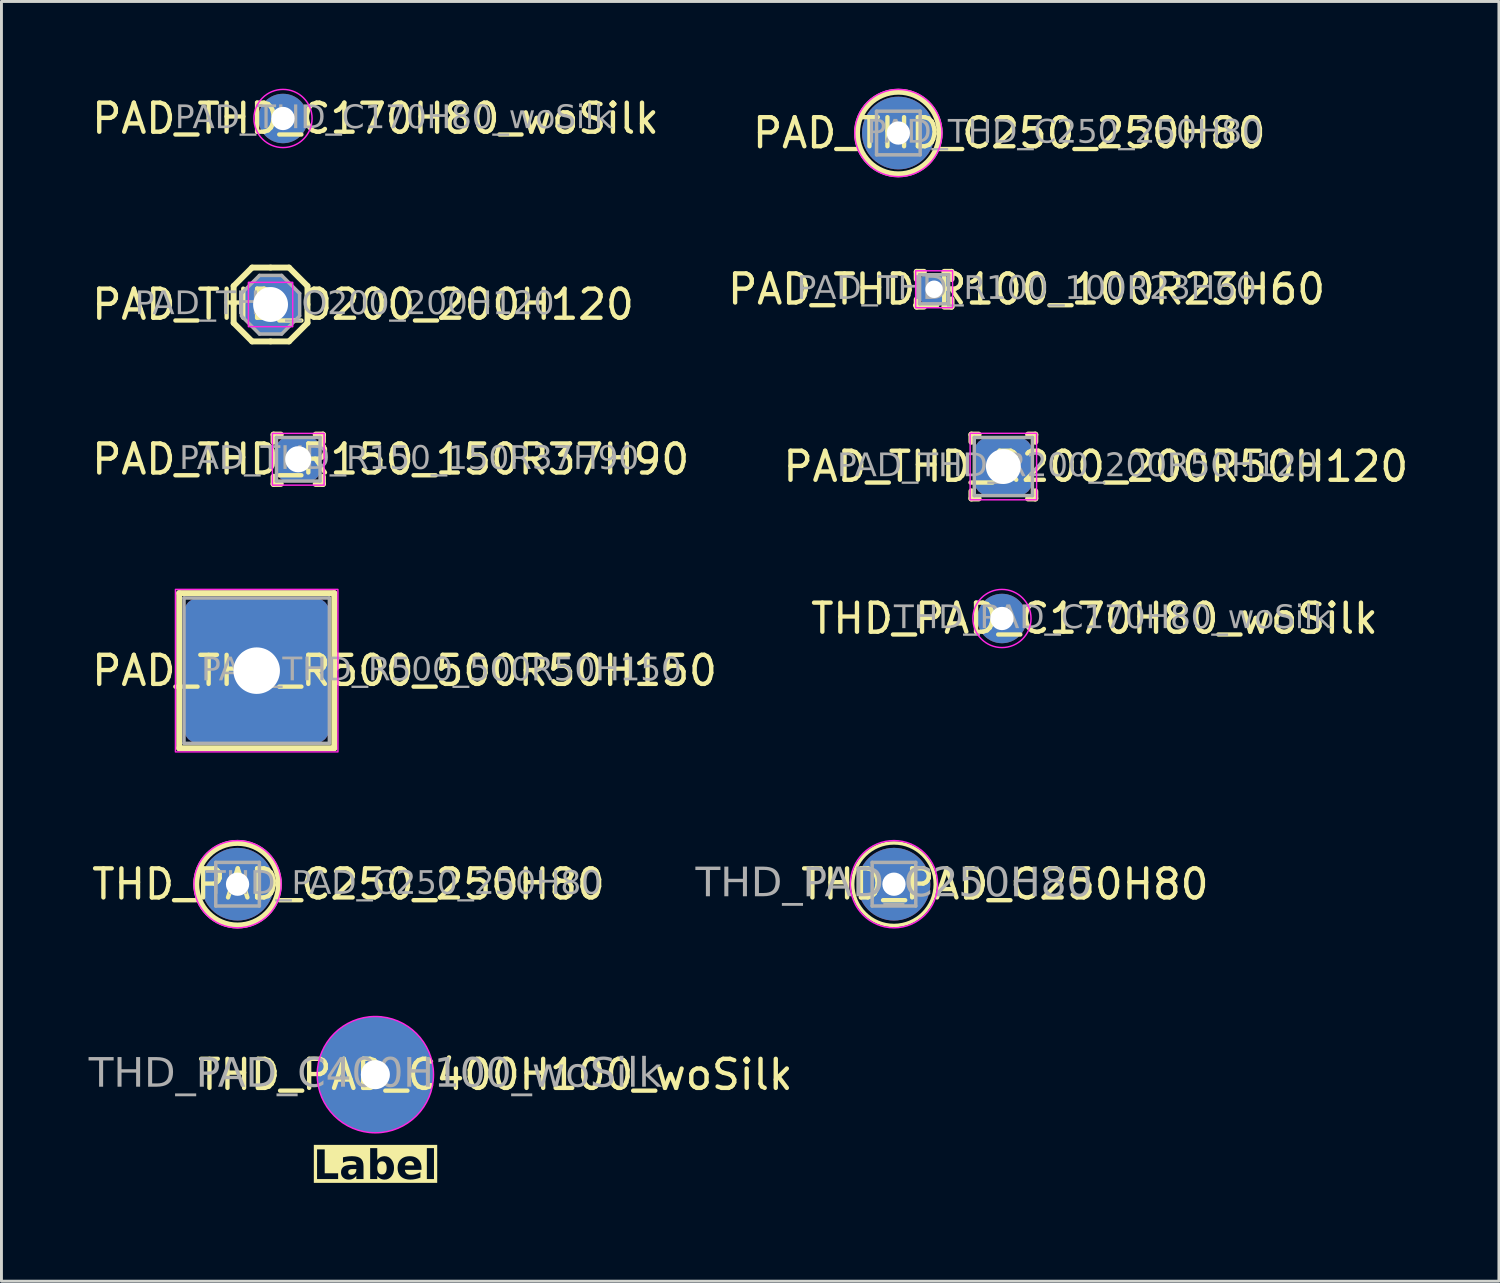
<source format=kicad_pcb>
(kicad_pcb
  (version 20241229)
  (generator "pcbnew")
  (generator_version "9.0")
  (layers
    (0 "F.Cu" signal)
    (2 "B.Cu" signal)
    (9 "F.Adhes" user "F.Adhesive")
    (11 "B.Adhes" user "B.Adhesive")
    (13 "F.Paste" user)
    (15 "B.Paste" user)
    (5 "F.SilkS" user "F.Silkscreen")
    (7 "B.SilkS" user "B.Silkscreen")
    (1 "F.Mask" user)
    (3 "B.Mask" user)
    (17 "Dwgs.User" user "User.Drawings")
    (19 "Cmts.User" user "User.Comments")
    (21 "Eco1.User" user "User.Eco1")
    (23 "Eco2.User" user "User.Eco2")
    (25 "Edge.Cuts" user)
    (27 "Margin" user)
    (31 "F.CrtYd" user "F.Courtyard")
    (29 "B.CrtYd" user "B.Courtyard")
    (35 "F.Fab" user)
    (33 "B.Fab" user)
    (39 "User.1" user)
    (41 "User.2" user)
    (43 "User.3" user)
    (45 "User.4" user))
  (footprint "THD_PAD_C170H80_woSilk"
    (layer "F.Cu")
    (at 31.409 18.221)
    (property "Reference" "THD_PAD_C170H80_woSilk" (at 3.18 0 0) (layer "F.SilkS") (effects (font (size 1 1) (thickness 0.15))))
    (attr through_hole exclude_from_pos_files exclude_from_bom)
    (fp_circle (center 0 0) (end 1 0) (stroke (width 0.05) (type default)) (fill no) (layer "F.CrtYd"))
    (fp_text user "${REFERENCE}" (at 3.815 0 0) (layer "F.Fab") (effects (font (face "Tahoma") (size 0.8 0.8) (thickness 0.125))))
    (pad "1" thru_hole circle (at 0 0) (size 1.7 1.7) (drill 0.8) (layers "*.Cu" "*.Mask")))
  (footprint "PAD_THD_R200_200R50H120"
    (layer "F.Cu")
    (at 31.457 12.995)
    (property "Reference" "PAD_THD_R200_200R50H120" (at 3.18 0 0) (layer "F.SilkS") (effects (font (size 1 1) (thickness 0.15))))
    (attr through_hole exclude_from_pos_files exclude_from_bom)
    (fp_line (start -1.1 -0.85) (end -1.1 -1.1) (stroke (width 0.203) (type solid)) (layer "F.SilkS"))
    (fp_line (start -1.1 0.85) (end -1.1 1.1) (stroke (width 0.203) (type solid)) (layer "F.SilkS"))
    (fp_line (start -0.85 -1.1) (end -1.1 -1.1) (stroke (width 0.203) (type solid)) (layer "F.SilkS"))
    (fp_line (start -0.85 1.1) (end -1.1 1.1) (stroke (width 0.203) (type solid)) (layer "F.SilkS"))
    (fp_line (start 0.85 -1.1) (end 1.1 -1.1) (stroke (width 0.203) (type solid)) (layer "F.SilkS"))
    (fp_line (start 0.85 1.1) (end 1.1 1.1) (stroke (width 0.203) (type solid)) (layer "F.SilkS"))
    (fp_line (start 1.1 -0.85) (end 1.1 -1.1) (stroke (width 0.203) (type solid)) (layer "F.SilkS"))
    (fp_line (start 1.1 0.85) (end 1.1 1.1) (stroke (width 0.203) (type solid)) (layer "F.SilkS"))
    (fp_rect (start -1.143 -1.143) (end 1.143 1.143) (stroke (width 0.05) (type default)) (fill no) (layer "F.CrtYd"))
    (fp_line (start -1 -1) (end -1 1) (stroke (width 0.12) (type solid)) (layer "F.Fab"))
    (fp_line (start -1 -1) (end 1 -1) (stroke (width 0.12) (type solid)) (layer "F.Fab"))
    (fp_line (start -1 1) (end 1 1) (stroke (width 0.12) (type solid)) (layer "F.Fab"))
    (fp_line (start 1 1) (end 1 -1) (stroke (width 0.12) (type solid)) (layer "F.Fab"))
    (fp_text user "${REFERENCE}" (at 2.545 0 0) (layer "F.Fab") (effects (font (face "Tahoma") (size 0.8 0.8) (thickness 0.15))))
    (pad "1" thru_hole roundrect (at 0 0) (size 2 2) (drill 1.2) (layers "*.Cu" "*.Mask") (roundrect_rratio 0.25)))
  (footprint "PAD_THD_R150_150R37H90"
    (layer "F.Cu")
    (at 7.207 12.745)
    (property "Reference" "PAD_THD_R150_150R37H90" (at 3.18 0 0) (layer "F.SilkS") (effects (font (size 1 1) (thickness 0.15))))
    (attr through_hole exclude_from_pos_files exclude_from_bom)
    (fp_line (start -0.85 -0.6) (end -0.85 -0.85) (stroke (width 0.203) (type solid)) (layer "F.SilkS"))
    (fp_line (start -0.85 0.6) (end -0.85 0.85) (stroke (width 0.203) (type solid)) (layer "F.SilkS"))
    (fp_line (start -0.6 -0.85) (end -0.85 -0.85) (stroke (width 0.203) (type solid)) (layer "F.SilkS"))
    (fp_line (start -0.6 0.85) (end -0.85 0.85) (stroke (width 0.203) (type solid)) (layer "F.SilkS"))
    (fp_line (start 0.6 -0.85) (end 0.85 -0.85) (stroke (width 0.203) (type solid)) (layer "F.SilkS"))
    (fp_line (start 0.6 0.85) (end 0.85 0.85) (stroke (width 0.203) (type solid)) (layer "F.SilkS"))
    (fp_line (start 0.85 -0.6) (end 0.85 -0.85) (stroke (width 0.203) (type solid)) (layer "F.SilkS"))
    (fp_line (start 0.85 0.6) (end 0.85 0.85) (stroke (width 0.203) (type solid)) (layer "F.SilkS"))
    (fp_rect (start -0.889 -0.889) (end 0.889 0.889) (stroke (width 0.05) (type default)) (fill no) (layer "F.CrtYd"))
    (fp_line (start -0.75 -0.75) (end -0.75 0.75) (stroke (width 0.12) (type solid)) (layer "F.Fab"))
    (fp_line (start -0.75 -0.75) (end 0.75 -0.75) (stroke (width 0.12) (type solid)) (layer "F.Fab"))
    (fp_line (start -0.75 0.75) (end 0.75 0.75) (stroke (width 0.12) (type solid)) (layer "F.Fab"))
    (fp_line (start 0.75 0.75) (end 0.75 -0.75) (stroke (width 0.12) (type solid)) (layer "F.Fab"))
    (fp_text user "${REFERENCE}" (at 3.815 0 0) (layer "F.Fab") (effects (font (face "Tahoma") (size 0.8 0.8) (thickness 0.15))))
    (pad "1" thru_hole roundrect (at 0 0) (size 1.5 1.5) (drill 0.9) (layers "*.Cu" "*.Mask") (roundrect_rratio 0.25)))
  (footprint "PAD_THD_C170H80_woSilk"
    (layer "F.Cu")
    (at 6.683 1.025)
    (property "Reference" "PAD_THD_C170H80_woSilk" (at 3.18 0 0) (layer "F.SilkS") (effects (font (size 1 1) (thickness 0.15))))
    (attr through_hole exclude_from_pos_files exclude_from_bom)
    (fp_circle (center 0 0) (end 1 0) (stroke (width 0.05) (type default)) (fill no) (layer "F.CrtYd"))
    (fp_text user "${REFERENCE}" (at 3.815 0 0) (layer "F.Fab") (effects (font (face "Tahoma") (size 0.8 0.8) (thickness 0.125))))
    (pad "1" thru_hole circle (at 0 0) (size 1.7 1.7) (drill 0.8) (layers "*.Cu" "*.Mask")))
  (footprint "PAD_THD_C250_250H80"
    (layer "F.Cu")
    (at 27.846 1.525)
    (property "Reference" "PAD_THD_C250_250H80" (at 3.815 0 0) (layer "F.SilkS") (effects (font (size 1 1) (thickness 0.15))))
    (attr through_hole exclude_from_pos_files exclude_from_bom)
    (fp_circle (center 0 0) (end 1.42 0) (stroke (width 0.203) (type solid)) (fill no) (layer "F.SilkS"))
    (fp_circle (center 0 0) (end 1.5 0) (stroke (width 0.05) (type default)) (fill no) (layer "F.CrtYd"))
    (fp_line (start -0.75 -0.75) (end -0.75 0.75) (stroke (width 0.12) (type solid)) (layer "F.Fab"))
    (fp_line (start -0.75 -0.75) (end 0.75 -0.75) (stroke (width 0.12) (type solid)) (layer "F.Fab"))
    (fp_line (start -0.75 0.75) (end 0.75 0.75) (stroke (width 0.12) (type solid)) (layer "F.Fab"))
    (fp_line (start 0.75 0.75) (end 0.75 -0.75) (stroke (width 0.12) (type solid)) (layer "F.Fab"))
    (fp_text user "${REFERENCE}" (at 5.72 0 0) (layer "F.Fab") (effects (font (face "Tahoma") (size 0.8 0.8) (thickness 0.15))))
    (pad "1" thru_hole circle (at 0 0) (size 2.5 2.5) (drill 0.8) (layers "*.Cu" "*.Mask")))
  (footprint "PAD_THD_O200_200H120"
    (layer "F.Cu")
    (at 6.255 7.422)
    (property "Reference" "PAD_THD_O200_200H120" (at 3.18 0 0) (layer "F.SilkS") (effects (font (size 1 1) (thickness 0.15))))
    (attr through_hole exclude_from_pos_files exclude_from_bom)
    (fp_line (start -1.27 0) (end -1.27 -0.635) (stroke (width 0.203) (type solid)) (layer "F.SilkS"))
    (fp_line (start -1.27 0) (end -1.27 0.635) (stroke (width 0.203) (type solid)) (layer "F.SilkS"))
    (fp_line (start -1.27 0.635) (end -0.635 1.27) (stroke (width 0.203) (type solid)) (layer "F.SilkS"))
    (fp_line (start -0.635 -1.27) (end -1.27 -0.635) (stroke (width 0.203) (type solid)) (layer "F.SilkS"))
    (fp_line (start 0 -1.27) (end -0.635 -1.27) (stroke (width 0.203) (type solid)) (layer "F.SilkS"))
    (fp_line (start 0 -1.27) (end 0.635 -1.27) (stroke (width 0.203) (type solid)) (layer "F.SilkS"))
    (fp_line (start 0 1.27) (end -0.635 1.27) (stroke (width 0.203) (type solid)) (layer "F.SilkS"))
    (fp_line (start 0 1.27) (end 0.635 1.27) (stroke (width 0.203) (type solid)) (layer "F.SilkS"))
    (fp_line (start 0.635 1.27) (end 1.27 0.635) (stroke (width 0.203) (type solid)) (layer "F.SilkS"))
    (fp_line (start 1.27 -0.635) (end 0.635 -1.27) (stroke (width 0.203) (type solid)) (layer "F.SilkS"))
    (fp_line (start 1.27 0) (end 1.27 -0.635) (stroke (width 0.203) (type solid)) (layer "F.SilkS"))
    (fp_line (start 1.27 0) (end 1.27 0.635) (stroke (width 0.203) (type solid)) (layer "F.SilkS"))
    (fp_rect (start -0.762 -0.762) (end 0.762 0.762) (stroke (width 0.05) (type default)) (fill no) (layer "F.CrtYd"))
    (fp_line (start -1 -0.381) (end -1 0.381) (stroke (width 0.12) (type solid)) (layer "F.Fab"))
    (fp_line (start -1 -0.381) (end -0.381 -1) (stroke (width 0.12) (type solid)) (layer "F.Fab"))
    (fp_line (start -0.381 -1) (end 0.381 -1) (stroke (width 0.12) (type solid)) (layer "F.Fab"))
    (fp_line (start -0.381 1.016) (end -1 0.397) (stroke (width 0.12) (type solid)) (layer "F.Fab"))
    (fp_line (start -0.381 1.016) (end 0.381 1.016) (stroke (width 0.12) (type solid)) (layer "F.Fab"))
    (fp_line (start 1 -0.381) (end 0.381 -1) (stroke (width 0.12) (type solid)) (layer "F.Fab"))
    (fp_line (start 1 0.381) (end 1 -0.381) (stroke (width 0.12) (type solid)) (layer "F.Fab"))
    (fp_line (start 1 0.397) (end 0.381 1.016) (stroke (width 0.12) (type solid)) (layer "F.Fab"))
    (fp_text user "${REFERENCE}" (at 2.545 0 0) (layer "F.Fab") (effects (font (face "Tahoma") (size 0.8 0.8) (thickness 0.15))))
    (pad "1" thru_hole roundrect (at 0 0) (size 2 2) (drill 1.2) (layers "*.Cu" "*.Mask") (roundrect_rratio 0) (chamfer_ratio 0.3) (chamfer top_left top_right bottom_left bottom_right)))
  (footprint "THD_PAD_C250_250H80"
    (layer "F.Cu")
    (at 5.12 27.359)
    (property "Reference" "THD_PAD_C250_250H80" (at 3.815 0 0) (layer "F.SilkS") (effects (font (size 1 1) (thickness 0.15))))
    (attr through_hole exclude_from_pos_files exclude_from_bom)
    (fp_circle (center 0 0) (end 1.42 0) (stroke (width 0.203) (type solid)) (fill no) (layer "F.SilkS"))
    (fp_circle (center 0 0) (end 1.5 0) (stroke (width 0.05) (type default)) (fill no) (layer "F.CrtYd"))
    (fp_line (start -0.75 -0.75) (end -0.75 0.75) (stroke (width 0.12) (type solid)) (layer "F.Fab"))
    (fp_line (start -0.75 -0.75) (end 0.75 -0.75) (stroke (width 0.12) (type solid)) (layer "F.Fab"))
    (fp_line (start -0.75 0.75) (end 0.75 0.75) (stroke (width 0.12) (type solid)) (layer "F.Fab"))
    (fp_line (start 0.75 0.75) (end 0.75 -0.75) (stroke (width 0.12) (type solid)) (layer "F.Fab"))
    (fp_text user "${REFERENCE}" (at 5.72 0 0) (layer "F.Fab") (effects (font (face "Tahoma") (size 0.8 0.8) (thickness 0.15))))
    (pad "1" thru_hole circle (at 0 0) (size 2.5 2.5) (drill 0.8) (layers "*.Cu" "*.Mask")))
  (footprint "PAD_THD_R100_100R23H60"
    (layer "F.Cu")
    (at 29.076 6.898)
    (property "Reference" "PAD_THD_R100_100R23H60" (at 3.18 0 0) (layer "F.SilkS") (effects (font (size 1 1) (thickness 0.15))))
    (attr through_hole exclude_from_pos_files exclude_from_bom)
    (fp_line (start -0.6 -0.35) (end -0.6 -0.6) (stroke (width 0.203) (type solid)) (layer "F.SilkS"))
    (fp_line (start -0.6 0.35) (end -0.6 0.6) (stroke (width 0.203) (type solid)) (layer "F.SilkS"))
    (fp_line (start -0.35 -0.6) (end -0.6 -0.6) (stroke (width 0.203) (type solid)) (layer "F.SilkS"))
    (fp_line (start -0.35 0.6) (end -0.6 0.6) (stroke (width 0.203) (type solid)) (layer "F.SilkS"))
    (fp_line (start 0.35 -0.6) (end 0.6 -0.6) (stroke (width 0.203) (type solid)) (layer "F.SilkS"))
    (fp_line (start 0.35 0.6) (end 0.6 0.6) (stroke (width 0.203) (type solid)) (layer "F.SilkS"))
    (fp_line (start 0.6 -0.35) (end 0.6 -0.6) (stroke (width 0.203) (type solid)) (layer "F.SilkS"))
    (fp_line (start 0.6 0.35) (end 0.6 0.6) (stroke (width 0.203) (type solid)) (layer "F.SilkS"))
    (fp_rect (start -0.635 -0.635) (end 0.635 0.635) (stroke (width 0.05) (type default)) (fill no) (layer "F.CrtYd"))
    (fp_line (start -0.5 -0.5) (end -0.5 0.5) (stroke (width 0.12) (type solid)) (layer "F.Fab"))
    (fp_line (start -0.5 -0.5) (end 0.5 -0.5) (stroke (width 0.12) (type solid)) (layer "F.Fab"))
    (fp_line (start -0.5 0.5) (end 0.5 0.5) (stroke (width 0.12) (type solid)) (layer "F.Fab"))
    (fp_line (start 0.5 0.5) (end 0.5 -0.5) (stroke (width 0.12) (type solid)) (layer "F.Fab"))
    (fp_text user "${REFERENCE}" (at 3.18 0 0) (layer "F.Fab") (effects (font (face "Tahoma") (size 0.8 0.8) (thickness 0.15))))
    (pad "1" thru_hole roundrect (at 0 0) (size 1 1) (drill 0.6) (layers "*.Cu" "*.Mask") (roundrect_rratio 0.25)))
  (footprint "PAD_THD_R500_500R50H150"
    (layer "F.Cu")
    (at 5.778 20.015)
    (property "Reference" "PAD_THD_R500_500R50H150" (at 5.085 0 0) (layer "F.SilkS") (effects (font (size 1 1) (thickness 0.15))))
    (attr through_hole exclude_from_pos_files exclude_from_bom)
    (fp_line (start -2.667 -2.667) (end 2.667 -2.667) (stroke (width 0.203) (type solid)) (layer "F.SilkS"))
    (fp_line (start -2.667 2.667) (end -2.667 -2.667) (stroke (width 0.203) (type solid)) (layer "F.SilkS"))
    (fp_line (start 2.667 -2.667) (end 2.667 2.667) (stroke (width 0.203) (type solid)) (layer "F.SilkS"))
    (fp_line (start 2.667 2.667) (end -2.667 2.667) (stroke (width 0.203) (type solid)) (layer "F.SilkS"))
    (fp_rect (start -2.794 -2.794) (end 2.794 2.794) (stroke (width 0.05) (type default)) (fill no) (layer "F.CrtYd"))
    (fp_line (start -2.5 -2.5) (end -2.5 2.5) (stroke (width 0.12) (type solid)) (layer "F.Fab"))
    (fp_line (start -2.5 -2.5) (end 2.5 -2.5) (stroke (width 0.12) (type solid)) (layer "F.Fab"))
    (fp_line (start -2.5 2.5) (end 2.5 2.5) (stroke (width 0.12) (type solid)) (layer "F.Fab"))
    (fp_line (start 2.5 2.5) (end 2.5 -2.5) (stroke (width 0.12) (type solid)) (layer "F.Fab"))
    (fp_text user "${REFERENCE}" (at 6.355 0 0) (layer "F.Fab") (effects (font (face "Tahoma") (size 0.8 0.8) (thickness 0.15))))
    (pad "1" thru_hole roundrect (at 0 0) (size 5 5) (drill 1.6) (layers "*.Cu" "*.Mask") (roundrect_rratio 0.1)))
  (footprint "THD_PAD_C400H100_woSilk"
    (layer "F.Cu")
    (at 9.859 33.909)
    (property "Reference" "THD_PAD_C400H100_woSilk" (at 4.128 0 0) (layer "F.SilkS") (effects (font (size 1 1) (thickness 0.15))))
    (property "Label" "Label" (at 0 3.175 0) (layer "F.SilkS" knockout) (effects (font (face "Tahoma") (size 1 1) (thickness 0.2) (bold yes))))
    (attr through_hole exclude_from_pos_files exclude_from_bom)
    (fp_circle (center 0 0) (end 2 0) (stroke (width 0.05) (type default)) (fill no) (layer "F.CrtYd"))
    (fp_text user "${REFERENCE}" (at 0 0 0) (layer "F.Fab") (effects (font (face "Tahoma") (size 1 1) (thickness 0.15))))
    (pad "1" thru_hole circle (at 0 0) (size 4 4) (drill 1) (layers "*.Cu" "*.Mask")))
  (footprint "THD_PAD_C250H80"
    (layer "F.Cu")
    (at 27.695 27.359)
    (property "Reference" "THD_PAD_C250H80" (at 3.815 0 0) (layer "F.SilkS") (effects (font (size 1 1) (thickness 0.15))))
    (attr through_hole exclude_from_pos_files exclude_from_bom)
    (fp_circle (center 0 0) (end 1.42 0) (stroke (width 0.12) (type solid)) (fill no) (layer "F.SilkS"))
    (fp_circle (center 0 0) (end 1.5 0) (stroke (width 0.05) (type default)) (fill no) (layer "F.CrtYd"))
    (fp_line (start -0.75 -0.75) (end -0.75 0.75) (stroke (width 0.12) (type solid)) (layer "F.Fab"))
    (fp_line (start -0.75 -0.75) (end 0.75 -0.75) (stroke (width 0.12) (type solid)) (layer "F.Fab"))
    (fp_line (start -0.75 0.75) (end 0.75 0.75) (stroke (width 0.12) (type solid)) (layer "F.Fab"))
    (fp_line (start 0.75 0.75) (end 0.75 -0.75) (stroke (width 0.12) (type solid)) (layer "F.Fab"))
    (fp_text user "${REFERENCE}" (at 0 0 0) (layer "F.Fab") (effects (font (face "Tahoma") (size 1 1) (thickness 0.15))))
    (pad "1" thru_hole circle (at 0 0) (size 2.5 2.5) (drill 0.8) (layers "*.Cu" "*.Mask")))
  (gr_rect
    (start -3 -3)
    (end 48.5 41.012)
    (stroke (width 0.1) (type default))
    (fill no)
    (layer "Edge.Cuts")))
</source>
